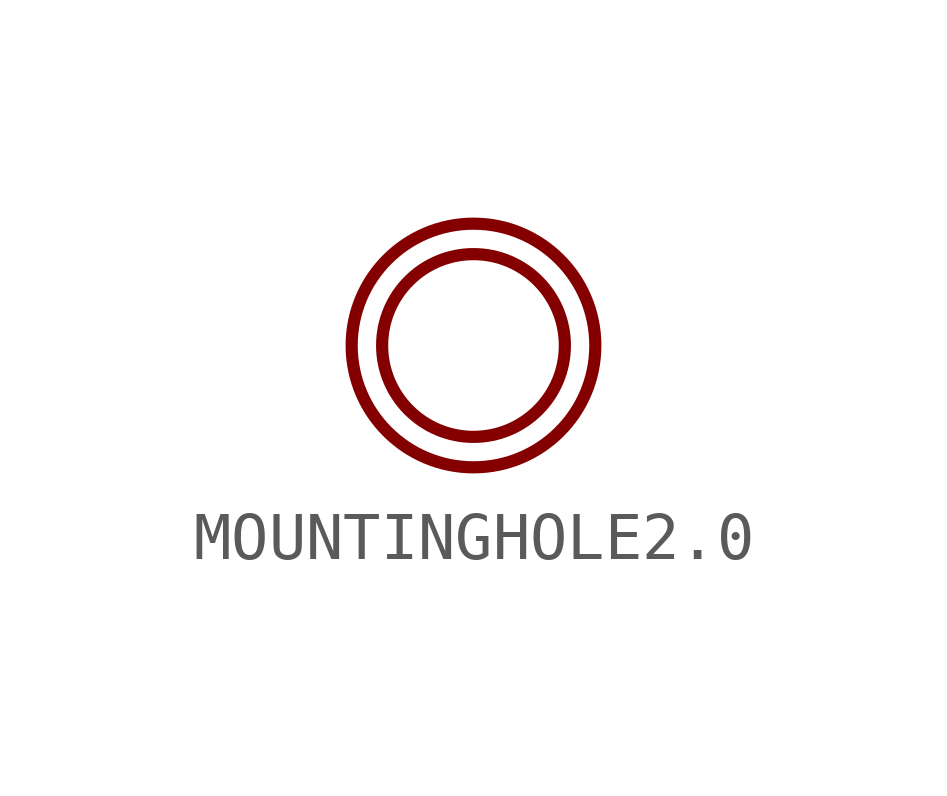
<source format=kicad_sym>
(kicad_symbol_lib
  (version 20201005)
  (generator kicad_symbol_editor)
  (symbol "MOUNTINGHOLE2.0"
    (property "Reference" ""
      (at 0 0 0)
      (effects (font (size 1.27 1.27)) hide))
    (property "ki_locked" ""
      (at 0 0 0)
      (effects (font (size 1.27 1.27))))
    (symbol "MOUNTINGHOLE2.0_1_0"
      (circle (center 0 0) (radius 1.905) (stroke (width 0.254)) (fill (type none)))
      (circle (center 0 0) (radius 2.54) (stroke (width 0.254)) (fill (type none))))))
</source>
